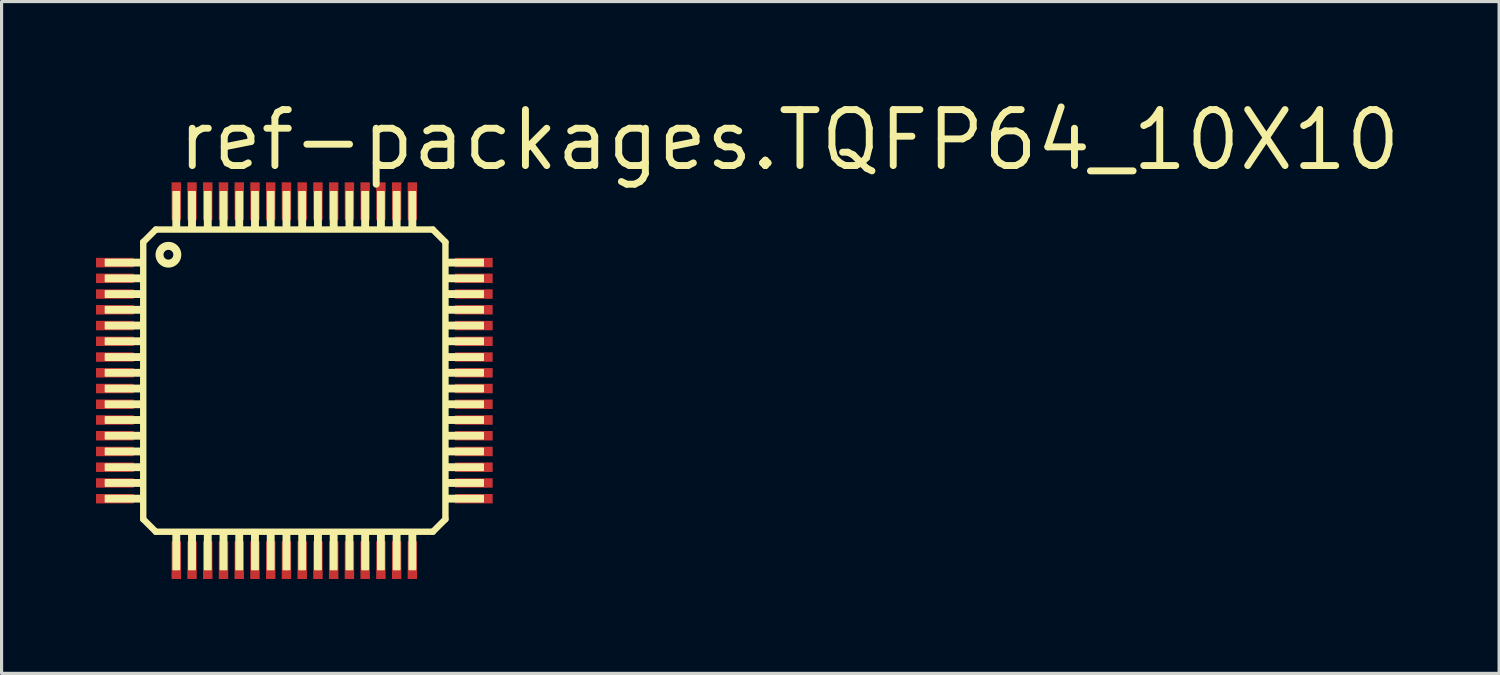
<source format=kicad_pcb>
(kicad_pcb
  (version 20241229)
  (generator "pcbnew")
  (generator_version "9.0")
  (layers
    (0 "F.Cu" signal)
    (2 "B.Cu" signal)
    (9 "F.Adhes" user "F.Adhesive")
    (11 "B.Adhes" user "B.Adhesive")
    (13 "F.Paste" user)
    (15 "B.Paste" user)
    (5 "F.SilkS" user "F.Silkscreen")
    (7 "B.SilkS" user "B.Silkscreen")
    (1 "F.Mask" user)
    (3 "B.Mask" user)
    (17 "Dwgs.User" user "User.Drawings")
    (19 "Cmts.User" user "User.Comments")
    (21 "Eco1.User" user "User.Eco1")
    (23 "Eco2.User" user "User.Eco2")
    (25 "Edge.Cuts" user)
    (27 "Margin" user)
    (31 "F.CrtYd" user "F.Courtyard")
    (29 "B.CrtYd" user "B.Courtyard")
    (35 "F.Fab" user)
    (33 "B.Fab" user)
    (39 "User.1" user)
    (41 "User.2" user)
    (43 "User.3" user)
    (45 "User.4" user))
  (footprint "ref-packages.TQFP64_10X10"
    (layer "F.Cu")
    (at 6.3 9.042)
    (property "Reference" "ref-packages.TQFP64_10X10" (at -3.81 -6.604 0) (layer "F.SilkS") (effects (font (size 1.778 1.778) (thickness 0.22)) (justify left bottom)))
    (attr smd)
    (fp_line (start -4.8 -4.4) (end -4.4 -4.8) (stroke (width 0.203) (type default)) (layer "F.SilkS"))
    (fp_line (start -4.8 4.4) (end -4.8 -4.4) (stroke (width 0.203) (type default)) (layer "F.SilkS"))
    (fp_line (start -4.4 -4.8) (end 4.4 -4.8) (stroke (width 0.203) (type default)) (layer "F.SilkS"))
    (fp_line (start -4.4 4.8) (end -4.8 4.4) (stroke (width 0.203) (type default)) (layer "F.SilkS"))
    (fp_line (start 4.4 -4.8) (end 4.8 -4.4) (stroke (width 0.203) (type default)) (layer "F.SilkS"))
    (fp_line (start 4.4 4.8) (end -4.4 4.8) (stroke (width 0.203) (type default)) (layer "F.SilkS"))
    (fp_line (start 4.8 -4.4) (end 4.8 4.4) (stroke (width 0.203) (type default)) (layer "F.SilkS"))
    (fp_line (start 4.8 4.4) (end 4.4 4.8) (stroke (width 0.203) (type default)) (layer "F.SilkS"))
    (fp_rect (start -6 -3.65) (end -4.8 -3.85) (stroke (width 0.05) (type default)) (fill yes) (layer "F.SilkS"))
    (fp_rect (start -6 -3.15) (end -4.8 -3.35) (stroke (width 0.05) (type default)) (fill yes) (layer "F.SilkS"))
    (fp_rect (start -6 -2.65) (end -4.8 -2.85) (stroke (width 0.05) (type default)) (fill yes) (layer "F.SilkS"))
    (fp_rect (start -6 -2.15) (end -4.8 -2.35) (stroke (width 0.05) (type default)) (fill yes) (layer "F.SilkS"))
    (fp_rect (start -6 -1.65) (end -4.8 -1.85) (stroke (width 0.05) (type default)) (fill yes) (layer "F.SilkS"))
    (fp_rect (start -6 -1.15) (end -4.8 -1.35) (stroke (width 0.05) (type default)) (fill yes) (layer "F.SilkS"))
    (fp_rect (start -6 -0.65) (end -4.8 -0.85) (stroke (width 0.05) (type default)) (fill yes) (layer "F.SilkS"))
    (fp_rect (start -6 -0.15) (end -4.8 -0.35) (stroke (width 0.05) (type default)) (fill yes) (layer "F.SilkS"))
    (fp_rect (start -6 0.35) (end -4.8 0.15) (stroke (width 0.05) (type default)) (fill yes) (layer "F.SilkS"))
    (fp_rect (start -6 0.85) (end -4.8 0.65) (stroke (width 0.05) (type default)) (fill yes) (layer "F.SilkS"))
    (fp_rect (start -6 1.35) (end -4.8 1.15) (stroke (width 0.05) (type default)) (fill yes) (layer "F.SilkS"))
    (fp_rect (start -6 1.85) (end -4.8 1.65) (stroke (width 0.05) (type default)) (fill yes) (layer "F.SilkS"))
    (fp_rect (start -6 2.35) (end -4.8 2.15) (stroke (width 0.05) (type default)) (fill yes) (layer "F.SilkS"))
    (fp_rect (start -6 2.85) (end -4.8 2.65) (stroke (width 0.05) (type default)) (fill yes) (layer "F.SilkS"))
    (fp_rect (start -6 3.35) (end -4.8 3.15) (stroke (width 0.05) (type default)) (fill yes) (layer "F.SilkS"))
    (fp_rect (start -6 3.85) (end -4.8 3.65) (stroke (width 0.05) (type default)) (fill yes) (layer "F.SilkS"))
    (fp_rect (start -3.85 -4.8) (end -3.65 -6) (stroke (width 0.05) (type default)) (fill yes) (layer "F.SilkS"))
    (fp_rect (start -3.85 6) (end -3.65 4.8) (stroke (width 0.05) (type default)) (fill yes) (layer "F.SilkS"))
    (fp_rect (start -3.35 -4.8) (end -3.15 -6) (stroke (width 0.05) (type default)) (fill yes) (layer "F.SilkS"))
    (fp_rect (start -3.35 6) (end -3.15 4.8) (stroke (width 0.05) (type default)) (fill yes) (layer "F.SilkS"))
    (fp_rect (start -2.85 -4.8) (end -2.65 -6) (stroke (width 0.05) (type default)) (fill yes) (layer "F.SilkS"))
    (fp_rect (start -2.85 6) (end -2.65 4.8) (stroke (width 0.05) (type default)) (fill yes) (layer "F.SilkS"))
    (fp_rect (start -2.35 -4.8) (end -2.15 -6) (stroke (width 0.05) (type default)) (fill yes) (layer "F.SilkS"))
    (fp_rect (start -2.35 6) (end -2.15 4.8) (stroke (width 0.05) (type default)) (fill yes) (layer "F.SilkS"))
    (fp_rect (start -1.85 -4.8) (end -1.65 -6) (stroke (width 0.05) (type default)) (fill yes) (layer "F.SilkS"))
    (fp_rect (start -1.85 6) (end -1.65 4.8) (stroke (width 0.05) (type default)) (fill yes) (layer "F.SilkS"))
    (fp_rect (start -1.35 -4.8) (end -1.15 -6) (stroke (width 0.05) (type default)) (fill yes) (layer "F.SilkS"))
    (fp_rect (start -1.35 6) (end -1.15 4.8) (stroke (width 0.05) (type default)) (fill yes) (layer "F.SilkS"))
    (fp_rect (start -0.85 -4.8) (end -0.65 -6) (stroke (width 0.05) (type default)) (fill yes) (layer "F.SilkS"))
    (fp_rect (start -0.85 6) (end -0.65 4.8) (stroke (width 0.05) (type default)) (fill yes) (layer "F.SilkS"))
    (fp_rect (start -0.35 -4.8) (end -0.15 -6) (stroke (width 0.05) (type default)) (fill yes) (layer "F.SilkS"))
    (fp_rect (start -0.35 6) (end -0.15 4.8) (stroke (width 0.05) (type default)) (fill yes) (layer "F.SilkS"))
    (fp_rect (start 0.15 -4.8) (end 0.35 -6) (stroke (width 0.05) (type default)) (fill yes) (layer "F.SilkS"))
    (fp_rect (start 0.15 6) (end 0.35 4.8) (stroke (width 0.05) (type default)) (fill yes) (layer "F.SilkS"))
    (fp_rect (start 0.65 -4.8) (end 0.85 -6) (stroke (width 0.05) (type default)) (fill yes) (layer "F.SilkS"))
    (fp_rect (start 0.65 6) (end 0.85 4.8) (stroke (width 0.05) (type default)) (fill yes) (layer "F.SilkS"))
    (fp_rect (start 1.15 -4.8) (end 1.35 -6) (stroke (width 0.05) (type default)) (fill yes) (layer "F.SilkS"))
    (fp_rect (start 1.15 6) (end 1.35 4.8) (stroke (width 0.05) (type default)) (fill yes) (layer "F.SilkS"))
    (fp_rect (start 1.65 -4.8) (end 1.85 -6) (stroke (width 0.05) (type default)) (fill yes) (layer "F.SilkS"))
    (fp_rect (start 1.65 6) (end 1.85 4.8) (stroke (width 0.05) (type default)) (fill yes) (layer "F.SilkS"))
    (fp_rect (start 2.15 -4.8) (end 2.35 -6) (stroke (width 0.05) (type default)) (fill yes) (layer "F.SilkS"))
    (fp_rect (start 2.15 6) (end 2.35 4.8) (stroke (width 0.05) (type default)) (fill yes) (layer "F.SilkS"))
    (fp_rect (start 2.65 -4.8) (end 2.85 -6) (stroke (width 0.05) (type default)) (fill yes) (layer "F.SilkS"))
    (fp_rect (start 2.65 6) (end 2.85 4.8) (stroke (width 0.05) (type default)) (fill yes) (layer "F.SilkS"))
    (fp_rect (start 3.15 -4.8) (end 3.35 -6) (stroke (width 0.05) (type default)) (fill yes) (layer "F.SilkS"))
    (fp_rect (start 3.15 6) (end 3.35 4.8) (stroke (width 0.05) (type default)) (fill yes) (layer "F.SilkS"))
    (fp_rect (start 3.65 -4.8) (end 3.85 -6) (stroke (width 0.05) (type default)) (fill yes) (layer "F.SilkS"))
    (fp_rect (start 3.65 6) (end 3.85 4.8) (stroke (width 0.05) (type default)) (fill yes) (layer "F.SilkS"))
    (fp_rect (start 4.8 -3.65) (end 6 -3.85) (stroke (width 0.05) (type default)) (fill yes) (layer "F.SilkS"))
    (fp_rect (start 4.8 -3.15) (end 6 -3.35) (stroke (width 0.05) (type default)) (fill yes) (layer "F.SilkS"))
    (fp_rect (start 4.8 -2.65) (end 6 -2.85) (stroke (width 0.05) (type default)) (fill yes) (layer "F.SilkS"))
    (fp_rect (start 4.8 -2.15) (end 6 -2.35) (stroke (width 0.05) (type default)) (fill yes) (layer "F.SilkS"))
    (fp_rect (start 4.8 -1.65) (end 6 -1.85) (stroke (width 0.05) (type default)) (fill yes) (layer "F.SilkS"))
    (fp_rect (start 4.8 -1.15) (end 6 -1.35) (stroke (width 0.05) (type default)) (fill yes) (layer "F.SilkS"))
    (fp_rect (start 4.8 -0.65) (end 6 -0.85) (stroke (width 0.05) (type default)) (fill yes) (layer "F.SilkS"))
    (fp_rect (start 4.8 -0.15) (end 6 -0.35) (stroke (width 0.05) (type default)) (fill yes) (layer "F.SilkS"))
    (fp_rect (start 4.8 0.35) (end 6 0.15) (stroke (width 0.05) (type default)) (fill yes) (layer "F.SilkS"))
    (fp_rect (start 4.8 0.85) (end 6 0.65) (stroke (width 0.05) (type default)) (fill yes) (layer "F.SilkS"))
    (fp_rect (start 4.8 1.35) (end 6 1.15) (stroke (width 0.05) (type default)) (fill yes) (layer "F.SilkS"))
    (fp_rect (start 4.8 1.85) (end 6 1.65) (stroke (width 0.05) (type default)) (fill yes) (layer "F.SilkS"))
    (fp_rect (start 4.8 2.35) (end 6 2.15) (stroke (width 0.05) (type default)) (fill yes) (layer "F.SilkS"))
    (fp_rect (start 4.8 2.85) (end 6 2.65) (stroke (width 0.05) (type default)) (fill yes) (layer "F.SilkS"))
    (fp_rect (start 4.8 3.35) (end 6 3.15) (stroke (width 0.05) (type default)) (fill yes) (layer "F.SilkS"))
    (fp_rect (start 4.8 3.85) (end 6 3.65) (stroke (width 0.05) (type default)) (fill yes) (layer "F.SilkS"))
    (fp_circle (center -4 -4) (end -3.717 -4) (stroke (width 0.254) (type default)) (fill no) (layer "F.SilkS"))
    (pad "1" smd roundrect (at -5.7 -3.75) (size 1.2 0.3) (layers "F.Cu" "F.Mask" "F.Paste") (roundrect_rratio 0.01))
    (pad "2" smd roundrect (at -5.7 -3.25) (size 1.2 0.3) (layers "F.Cu" "F.Mask" "F.Paste") (roundrect_rratio 0.01))
    (pad "3" smd roundrect (at -5.7 -2.75) (size 1.2 0.3) (layers "F.Cu" "F.Mask" "F.Paste") (roundrect_rratio 0.01))
    (pad "4" smd roundrect (at -5.7 -2.25) (size 1.2 0.3) (layers "F.Cu" "F.Mask" "F.Paste") (roundrect_rratio 0.01))
    (pad "5" smd roundrect (at -5.7 -1.75) (size 1.2 0.3) (layers "F.Cu" "F.Mask" "F.Paste") (roundrect_rratio 0.01))
    (pad "6" smd roundrect (at -5.7 -1.25) (size 1.2 0.3) (layers "F.Cu" "F.Mask" "F.Paste") (roundrect_rratio 0.01))
    (pad "7" smd roundrect (at -5.7 -0.75) (size 1.2 0.3) (layers "F.Cu" "F.Mask" "F.Paste") (roundrect_rratio 0.01))
    (pad "8" smd roundrect (at -5.7 -0.25) (size 1.2 0.3) (layers "F.Cu" "F.Mask" "F.Paste") (roundrect_rratio 0.01))
    (pad "9" smd roundrect (at -5.7 0.25) (size 1.2 0.3) (layers "F.Cu" "F.Mask" "F.Paste") (roundrect_rratio 0.01))
    (pad "10" smd roundrect (at -5.7 0.75) (size 1.2 0.3) (layers "F.Cu" "F.Mask" "F.Paste") (roundrect_rratio 0.01))
    (pad "11" smd roundrect (at -5.7 1.25) (size 1.2 0.3) (layers "F.Cu" "F.Mask" "F.Paste") (roundrect_rratio 0.01))
    (pad "12" smd roundrect (at -5.7 1.75) (size 1.2 0.3) (layers "F.Cu" "F.Mask" "F.Paste") (roundrect_rratio 0.01))
    (pad "13" smd roundrect (at -5.7 2.25) (size 1.2 0.3) (layers "F.Cu" "F.Mask" "F.Paste") (roundrect_rratio 0.01))
    (pad "14" smd roundrect (at -5.7 2.75) (size 1.2 0.3) (layers "F.Cu" "F.Mask" "F.Paste") (roundrect_rratio 0.01))
    (pad "15" smd roundrect (at -5.7 3.25) (size 1.2 0.3) (layers "F.Cu" "F.Mask" "F.Paste") (roundrect_rratio 0.01))
    (pad "16" smd roundrect (at -5.7 3.75) (size 1.2 0.3) (layers "F.Cu" "F.Mask" "F.Paste") (roundrect_rratio 0.01))
    (pad "17" smd roundrect (at -3.75 5.7) (size 0.3 1.2) (layers "F.Cu" "F.Mask" "F.Paste") (roundrect_rratio 0.01))
    (pad "18" smd roundrect (at -3.25 5.7) (size 0.3 1.2) (layers "F.Cu" "F.Mask" "F.Paste") (roundrect_rratio 0.01))
    (pad "19" smd roundrect (at -2.75 5.7) (size 0.3 1.2) (layers "F.Cu" "F.Mask" "F.Paste") (roundrect_rratio 0.01))
    (pad "20" smd roundrect (at -2.25 5.7) (size 0.3 1.2) (layers "F.Cu" "F.Mask" "F.Paste") (roundrect_rratio 0.01))
    (pad "21" smd roundrect (at -1.75 5.7) (size 0.3 1.2) (layers "F.Cu" "F.Mask" "F.Paste") (roundrect_rratio 0.01))
    (pad "22" smd roundrect (at -1.25 5.7) (size 0.3 1.2) (layers "F.Cu" "F.Mask" "F.Paste") (roundrect_rratio 0.01))
    (pad "23" smd roundrect (at -0.75 5.7) (size 0.3 1.2) (layers "F.Cu" "F.Mask" "F.Paste") (roundrect_rratio 0.01))
    (pad "24" smd roundrect (at -0.25 5.7) (size 0.3 1.2) (layers "F.Cu" "F.Mask" "F.Paste") (roundrect_rratio 0.01))
    (pad "25" smd roundrect (at 0.25 5.7) (size 0.3 1.2) (layers "F.Cu" "F.Mask" "F.Paste") (roundrect_rratio 0.01))
    (pad "26" smd roundrect (at 0.75 5.7) (size 0.3 1.2) (layers "F.Cu" "F.Mask" "F.Paste") (roundrect_rratio 0.01))
    (pad "27" smd roundrect (at 1.25 5.7) (size 0.3 1.2) (layers "F.Cu" "F.Mask" "F.Paste") (roundrect_rratio 0.01))
    (pad "28" smd roundrect (at 1.75 5.7) (size 0.3 1.2) (layers "F.Cu" "F.Mask" "F.Paste") (roundrect_rratio 0.01))
    (pad "29" smd roundrect (at 2.25 5.7) (size 0.3 1.2) (layers "F.Cu" "F.Mask" "F.Paste") (roundrect_rratio 0.01))
    (pad "30" smd roundrect (at 2.75 5.7) (size 0.3 1.2) (layers "F.Cu" "F.Mask" "F.Paste") (roundrect_rratio 0.01))
    (pad "31" smd roundrect (at 3.25 5.7) (size 0.3 1.2) (layers "F.Cu" "F.Mask" "F.Paste") (roundrect_rratio 0.01))
    (pad "32" smd roundrect (at 3.75 5.7) (size 0.3 1.2) (layers "F.Cu" "F.Mask" "F.Paste") (roundrect_rratio 0.01))
    (pad "33" smd roundrect (at 5.7 3.75) (size 1.2 0.3) (layers "F.Cu" "F.Mask" "F.Paste") (roundrect_rratio 0.01))
    (pad "34" smd roundrect (at 5.7 3.25) (size 1.2 0.3) (layers "F.Cu" "F.Mask" "F.Paste") (roundrect_rratio 0.01))
    (pad "35" smd roundrect (at 5.7 2.75) (size 1.2 0.3) (layers "F.Cu" "F.Mask" "F.Paste") (roundrect_rratio 0.01))
    (pad "36" smd roundrect (at 5.7 2.25) (size 1.2 0.3) (layers "F.Cu" "F.Mask" "F.Paste") (roundrect_rratio 0.01))
    (pad "37" smd roundrect (at 5.7 1.75) (size 1.2 0.3) (layers "F.Cu" "F.Mask" "F.Paste") (roundrect_rratio 0.01))
    (pad "38" smd roundrect (at 5.7 1.25) (size 1.2 0.3) (layers "F.Cu" "F.Mask" "F.Paste") (roundrect_rratio 0.01))
    (pad "39" smd roundrect (at 5.7 0.75) (size 1.2 0.3) (layers "F.Cu" "F.Mask" "F.Paste") (roundrect_rratio 0.01))
    (pad "40" smd roundrect (at 5.7 0.25) (size 1.2 0.3) (layers "F.Cu" "F.Mask" "F.Paste") (roundrect_rratio 0.01))
    (pad "41" smd roundrect (at 5.7 -0.25) (size 1.2 0.3) (layers "F.Cu" "F.Mask" "F.Paste") (roundrect_rratio 0.01))
    (pad "42" smd roundrect (at 5.7 -0.75) (size 1.2 0.3) (layers "F.Cu" "F.Mask" "F.Paste") (roundrect_rratio 0.01))
    (pad "43" smd roundrect (at 5.7 -1.25) (size 1.2 0.3) (layers "F.Cu" "F.Mask" "F.Paste") (roundrect_rratio 0.01))
    (pad "44" smd roundrect (at 5.7 -1.75) (size 1.2 0.3) (layers "F.Cu" "F.Mask" "F.Paste") (roundrect_rratio 0.01))
    (pad "45" smd roundrect (at 5.7 -2.25) (size 1.2 0.3) (layers "F.Cu" "F.Mask" "F.Paste") (roundrect_rratio 0.01))
    (pad "46" smd roundrect (at 5.7 -2.75) (size 1.2 0.3) (layers "F.Cu" "F.Mask" "F.Paste") (roundrect_rratio 0.01))
    (pad "47" smd roundrect (at 5.7 -3.25) (size 1.2 0.3) (layers "F.Cu" "F.Mask" "F.Paste") (roundrect_rratio 0.01))
    (pad "48" smd roundrect (at 5.7 -3.75) (size 1.2 0.3) (layers "F.Cu" "F.Mask" "F.Paste") (roundrect_rratio 0.01))
    (pad "49" smd roundrect (at 3.75 -5.7) (size 0.3 1.2) (layers "F.Cu" "F.Mask" "F.Paste") (roundrect_rratio 0.01))
    (pad "50" smd roundrect (at 3.25 -5.7) (size 0.3 1.2) (layers "F.Cu" "F.Mask" "F.Paste") (roundrect_rratio 0.01))
    (pad "51" smd roundrect (at 2.75 -5.7) (size 0.3 1.2) (layers "F.Cu" "F.Mask" "F.Paste") (roundrect_rratio 0.01))
    (pad "52" smd roundrect (at 2.25 -5.7) (size 0.3 1.2) (layers "F.Cu" "F.Mask" "F.Paste") (roundrect_rratio 0.01))
    (pad "53" smd roundrect (at 1.75 -5.7) (size 0.3 1.2) (layers "F.Cu" "F.Mask" "F.Paste") (roundrect_rratio 0.01))
    (pad "54" smd roundrect (at 1.25 -5.7) (size 0.3 1.2) (layers "F.Cu" "F.Mask" "F.Paste") (roundrect_rratio 0.01))
    (pad "55" smd roundrect (at 0.75 -5.7) (size 0.3 1.2) (layers "F.Cu" "F.Mask" "F.Paste") (roundrect_rratio 0.01))
    (pad "56" smd roundrect (at 0.25 -5.7) (size 0.3 1.2) (layers "F.Cu" "F.Mask" "F.Paste") (roundrect_rratio 0.01))
    (pad "57" smd roundrect (at -0.25 -5.7) (size 0.3 1.2) (layers "F.Cu" "F.Mask" "F.Paste") (roundrect_rratio 0.01))
    (pad "58" smd roundrect (at -0.75 -5.7) (size 0.3 1.2) (layers "F.Cu" "F.Mask" "F.Paste") (roundrect_rratio 0.01))
    (pad "59" smd roundrect (at -1.25 -5.7) (size 0.3 1.2) (layers "F.Cu" "F.Mask" "F.Paste") (roundrect_rratio 0.01))
    (pad "60" smd roundrect (at -1.75 -5.7) (size 0.3 1.2) (layers "F.Cu" "F.Mask" "F.Paste") (roundrect_rratio 0.01))
    (pad "61" smd roundrect (at -2.25 -5.7) (size 0.3 1.2) (layers "F.Cu" "F.Mask" "F.Paste") (roundrect_rratio 0.01))
    (pad "62" smd roundrect (at -2.75 -5.7) (size 0.3 1.2) (layers "F.Cu" "F.Mask" "F.Paste") (roundrect_rratio 0.01))
    (pad "63" smd roundrect (at -3.25 -5.7) (size 0.3 1.2) (layers "F.Cu" "F.Mask" "F.Paste") (roundrect_rratio 0.01))
    (pad "64" smd roundrect (at -3.75 -5.7) (size 0.3 1.2) (layers "F.Cu" "F.Mask" "F.Paste") (roundrect_rratio 0.01)))
  (gr_rect
    (start -3 -3)
    (end 44.572 18.342)
    (stroke (width 0.1) (type default))
    (fill no)
    (layer "Edge.Cuts")))
</source>
